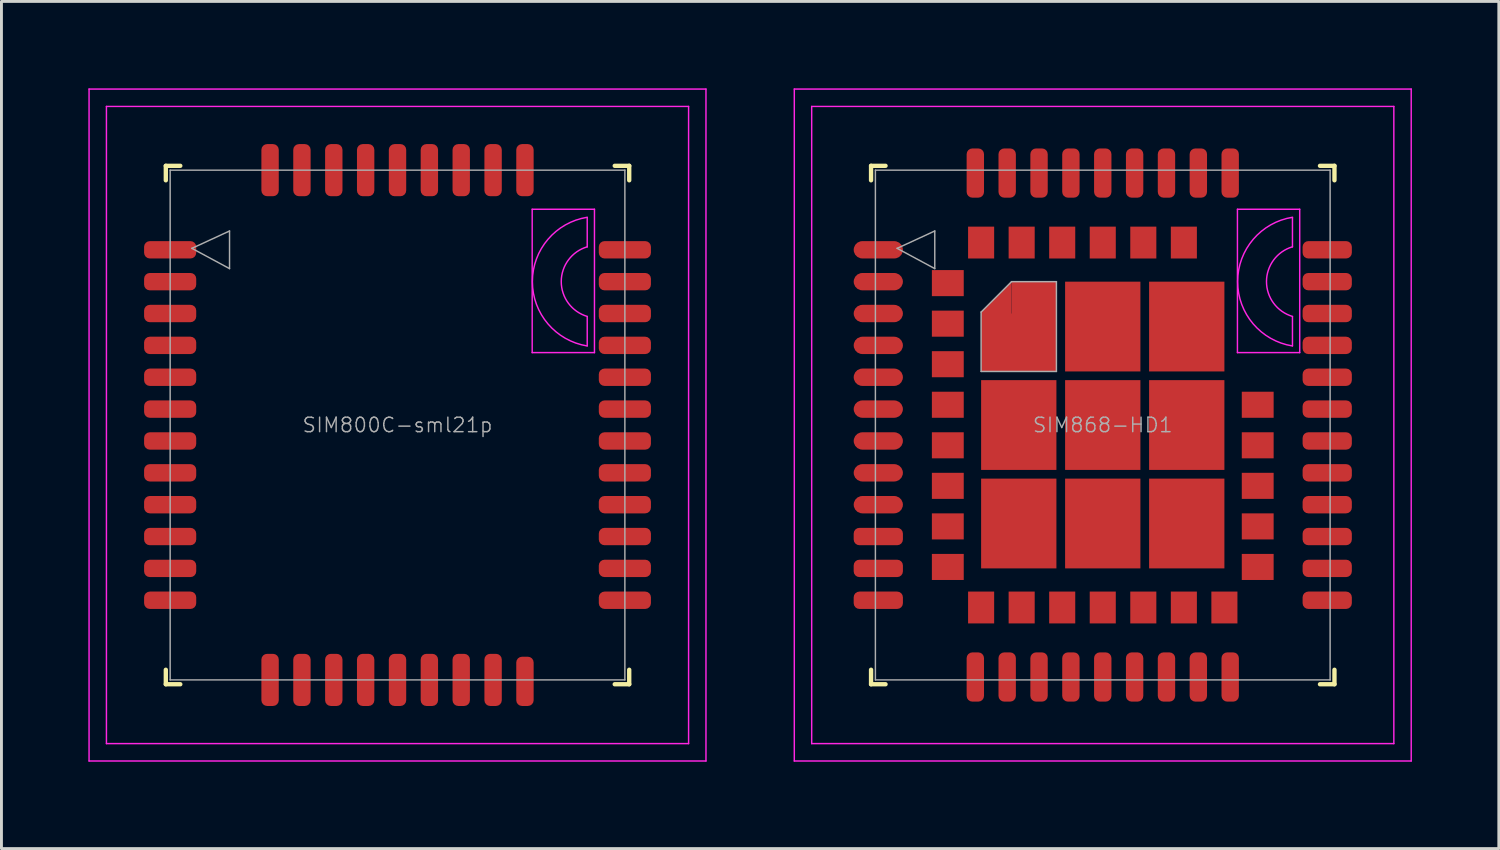
<source format=kicad_pcb>
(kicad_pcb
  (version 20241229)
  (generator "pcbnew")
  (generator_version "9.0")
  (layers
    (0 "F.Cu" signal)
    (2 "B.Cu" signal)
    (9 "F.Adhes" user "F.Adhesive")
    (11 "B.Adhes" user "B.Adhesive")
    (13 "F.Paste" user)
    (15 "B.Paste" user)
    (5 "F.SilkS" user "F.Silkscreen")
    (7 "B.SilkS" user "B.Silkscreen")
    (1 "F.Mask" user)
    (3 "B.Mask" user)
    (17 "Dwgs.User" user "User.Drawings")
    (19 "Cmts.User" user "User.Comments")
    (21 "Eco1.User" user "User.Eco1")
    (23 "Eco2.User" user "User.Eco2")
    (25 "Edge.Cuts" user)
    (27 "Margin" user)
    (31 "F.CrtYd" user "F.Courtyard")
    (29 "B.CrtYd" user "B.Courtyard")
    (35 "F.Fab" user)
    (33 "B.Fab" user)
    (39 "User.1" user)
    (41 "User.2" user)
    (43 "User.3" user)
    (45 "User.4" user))
  (footprint "SIM868-HD1"
    (layer "F.Cu")
    (at 35.025 11.625)
    (property "Reference" "SIM868-HD1" (at 0 0 0) (layer "F.Fab") (effects (font (size 0.5 0.5) (thickness 0.05))))
    (attr smd)
    (fp_line (start -8 -8.95) (end -8 -8.45) (stroke (width 0.15) (type solid)) (layer "F.SilkS"))
    (fp_line (start -8 -8.95) (end -7.5 -8.95) (stroke (width 0.15) (type solid)) (layer "F.SilkS"))
    (fp_line (start -8 8.95) (end -8 8.45) (stroke (width 0.15) (type solid)) (layer "F.SilkS"))
    (fp_line (start -8 8.95) (end -7.5 8.95) (stroke (width 0.15) (type solid)) (layer "F.SilkS"))
    (fp_line (start 8 -8.95) (end 7.5 -8.95) (stroke (width 0.15) (type solid)) (layer "F.SilkS"))
    (fp_line (start 8 -8.95) (end 8 -8.45) (stroke (width 0.15) (type solid)) (layer "F.SilkS"))
    (fp_line (start 8 8.95) (end 7.5 8.95) (stroke (width 0.15) (type solid)) (layer "F.SilkS"))
    (fp_line (start 8 8.95) (end 8 8.45) (stroke (width 0.15) (type solid)) (layer "F.SilkS"))
    (fp_line (start -10.65 -11.6) (end -10.65 11.6) (stroke (width 0.05) (type solid)) (layer "F.CrtYd"))
    (fp_line (start -10.65 -11.6) (end 10.65 -11.6) (stroke (width 0.05) (type solid)) (layer "F.CrtYd"))
    (fp_line (start -10.65 11.6) (end 10.65 11.6) (stroke (width 0.05) (type solid)) (layer "F.CrtYd"))
    (fp_line (start -10.05 -11) (end -10.05 11) (stroke (width 0.05) (type solid)) (layer "F.CrtYd"))
    (fp_line (start -10.05 -11) (end 10.05 -11) (stroke (width 0.05) (type solid)) (layer "F.CrtYd"))
    (fp_line (start -10.05 11) (end 10.05 11) (stroke (width 0.05) (type solid)) (layer "F.CrtYd"))
    (fp_line (start 4.65 -2.5) (end 4.65 -7.45) (stroke (width 0.05) (type solid)) (layer "F.CrtYd"))
    (fp_line (start 6.55 -6.15) (end 6.55 -7.16) (stroke (width 0.05) (type solid)) (layer "F.CrtYd"))
    (fp_line (start 6.55 -2.735) (end 6.55 -3.745) (stroke (width 0.05) (type solid)) (layer "F.CrtYd"))
    (fp_line (start 6.8 -7.45) (end 4.65 -7.45) (stroke (width 0.05) (type solid)) (layer "F.CrtYd"))
    (fp_line (start 6.8 -2.5) (end 4.65 -2.5) (stroke (width 0.05) (type solid)) (layer "F.CrtYd"))
    (fp_line (start 6.8 -2.5) (end 6.8 -7.45) (stroke (width 0.05) (type solid)) (layer "F.CrtYd"))
    (fp_line (start 10.05 -11) (end 10.05 11) (stroke (width 0.05) (type solid)) (layer "F.CrtYd"))
    (fp_line (start 10.65 -11.6) (end 10.65 11.6) (stroke (width 0.05) (type solid)) (layer "F.CrtYd"))
    (fp_arc (start 6.55 -3.75) (mid 5.653285 -4.951685) (end 6.549755 -6.153553) (stroke (width 0.05) (type solid)) (layer "F.CrtYd"))
    (fp_arc (start 6.55 -2.73) (mid 4.65669 -4.952923) (end 6.552192 -7.173977) (stroke (width 0.05) (type solid)) (layer "F.CrtYd"))
    (fp_line (start -7.85 -8.8) (end 7.85 -8.8) (stroke (width 0.05) (type solid)) (layer "F.Fab"))
    (fp_line (start -7.85 8.8) (end -7.85 -8.8) (stroke (width 0.05) (type solid)) (layer "F.Fab"))
    (fp_line (start -7.85 8.8) (end 7.85 8.8) (stroke (width 0.05) (type solid)) (layer "F.Fab"))
    (fp_line (start -7.1 -6.1) (end -5.8 -6.7) (stroke (width 0.05) (type solid)) (layer "F.Fab"))
    (fp_line (start -5.8 -6.7) (end -5.8 -5.4) (stroke (width 0.05) (type solid)) (layer "F.Fab"))
    (fp_line (start -5.8 -5.4) (end -7.1 -6.1) (stroke (width 0.05) (type solid)) (layer "F.Fab"))
    (fp_line (start -4.2 -3.9) (end -4.2 -1.85) (stroke (width 0.05) (type solid)) (layer "F.Fab"))
    (fp_line (start -4.2 -1.85) (end -1.6 -1.85) (stroke (width 0.05) (type solid)) (layer "F.Fab"))
    (fp_line (start -3.15 -4.95) (end -4.2 -3.9) (stroke (width 0.05) (type solid)) (layer "F.Fab"))
    (fp_line (start -1.6 -4.95) (end -3.15 -4.95) (stroke (width 0.05) (type solid)) (layer "F.Fab"))
    (fp_line (start -1.6 -1.85) (end -1.6 -4.95) (stroke (width 0.05) (type solid)) (layer "F.Fab"))
    (fp_line (start 7.85 -8.8) (end 7.85 8.8) (stroke (width 0.05) (type solid)) (layer "F.Fab"))
    (pad "1" smd roundrect (at -7.75 -6.05) (size 1.7 0.6) (layers "F.Cu" "F.Mask" "F.Paste") (roundrect_rratio 0.5))
    (pad "2" smd roundrect (at -7.75 -4.95) (size 1.7 0.6) (layers "F.Cu" "F.Mask" "F.Paste") (roundrect_rratio 0.5))
    (pad "3" smd roundrect (at -7.75 -3.85) (size 1.7 0.6) (layers "F.Cu" "F.Mask" "F.Paste") (roundrect_rratio 0.5))
    (pad "4" smd roundrect (at -7.75 -2.75) (size 1.7 0.6) (layers "F.Cu" "F.Mask" "F.Paste") (roundrect_rratio 0.5))
    (pad "5" smd roundrect (at -7.75 -1.65) (size 1.7 0.6) (layers "F.Cu" "F.Mask" "F.Paste") (roundrect_rratio 0.5))
    (pad "6" smd roundrect (at -7.75 -0.55) (size 1.7 0.6) (layers "F.Cu" "F.Mask" "F.Paste") (roundrect_rratio 0.5))
    (pad "7" smd roundrect (at -7.75 0.55) (size 1.7 0.6) (layers "F.Cu" "F.Mask" "F.Paste") (roundrect_rratio 0.5))
    (pad "8" smd roundrect (at -7.75 1.65) (size 1.7 0.6) (layers "F.Cu" "F.Mask" "F.Paste") (roundrect_rratio 0.5))
    (pad "9" smd roundrect (at -7.75 2.75) (size 1.7 0.6) (layers "F.Cu" "F.Mask" "F.Paste") (roundrect_rratio 0.5))
    (pad "10" smd roundrect (at -7.75 3.85) (size 1.7 0.6) (layers "F.Cu" "F.Mask" "F.Paste") (roundrect_rratio 0.33))
    (pad "11" smd roundrect (at -7.75 4.95) (size 1.7 0.6) (layers "F.Cu" "F.Mask" "F.Paste") (roundrect_rratio 0.33))
    (pad "12" smd roundrect (at -7.75 6.05) (size 1.7 0.6) (layers "F.Cu" "F.Mask" "F.Paste") (roundrect_rratio 0.33))
    (pad "13" smd roundrect (at -4.4 8.7 90) (size 1.7 0.6) (layers "F.Cu" "F.Mask" "F.Paste") (roundrect_rratio 0.33))
    (pad "14" smd roundrect (at -3.3 8.7 90) (size 1.7 0.6) (layers "F.Cu" "F.Mask" "F.Paste") (roundrect_rratio 0.33))
    (pad "15" smd roundrect (at -2.2 8.7 90) (size 1.7 0.6) (layers "F.Cu" "F.Mask" "F.Paste") (roundrect_rratio 0.33))
    (pad "16" smd roundrect (at -1.1 8.7 90) (size 1.7 0.6) (layers "F.Cu" "F.Mask" "F.Paste") (roundrect_rratio 0.33))
    (pad "17" smd roundrect (at 0 8.7 90) (size 1.7 0.6) (layers "F.Cu" "F.Mask" "F.Paste") (roundrect_rratio 0.33))
    (pad "18" smd roundrect (at 1.1 8.7 90) (size 1.7 0.6) (layers "F.Cu" "F.Mask" "F.Paste") (roundrect_rratio 0.33))
    (pad "19" smd roundrect (at 2.2 8.7 90) (size 1.7 0.6) (layers "F.Cu" "F.Mask" "F.Paste") (roundrect_rratio 0.33))
    (pad "20" smd roundrect (at 3.3 8.7 90) (size 1.7 0.6) (layers "F.Cu" "F.Mask" "F.Paste") (roundrect_rratio 0.33))
    (pad "21" smd roundrect (at 4.4 8.7 90) (size 1.7 0.6) (layers "F.Cu" "F.Mask" "F.Paste") (roundrect_rratio 0.33))
    (pad "22" smd roundrect (at 7.75 6.05) (size 1.7 0.6) (layers "F.Cu" "F.Mask" "F.Paste") (roundrect_rratio 0.33))
    (pad "23" smd roundrect (at 7.75 4.95) (size 1.7 0.6) (layers "F.Cu" "F.Mask" "F.Paste") (roundrect_rratio 0.33))
    (pad "24" smd roundrect (at 7.75 3.85) (size 1.7 0.6) (layers "F.Cu" "F.Mask" "F.Paste") (roundrect_rratio 0.33))
    (pad "25" smd roundrect (at 7.75 2.75) (size 1.7 0.6) (layers "F.Cu" "F.Mask" "F.Paste") (roundrect_rratio 0.33))
    (pad "26" smd roundrect (at 7.75 1.65) (size 1.7 0.6) (layers "F.Cu" "F.Mask" "F.Paste") (roundrect_rratio 0.33))
    (pad "27" smd roundrect (at 7.75 0.55) (size 1.7 0.6) (layers "F.Cu" "F.Mask" "F.Paste") (roundrect_rratio 0.33))
    (pad "28" smd roundrect (at 7.75 -0.55) (size 1.7 0.6) (layers "F.Cu" "F.Mask" "F.Paste") (roundrect_rratio 0.33))
    (pad "29" smd roundrect (at 7.75 -1.65) (size 1.7 0.6) (layers "F.Cu" "F.Mask" "F.Paste") (roundrect_rratio 0.33))
    (pad "30" smd roundrect (at 7.75 -2.75) (size 1.7 0.6) (layers "F.Cu" "F.Mask" "F.Paste") (roundrect_rratio 0.33))
    (pad "31" smd roundrect (at 7.75 -3.85) (size 1.7 0.6) (layers "F.Cu" "F.Mask" "F.Paste") (roundrect_rratio 0.33))
    (pad "32" smd roundrect (at 7.75 -4.95) (size 1.7 0.6) (layers "F.Cu" "F.Mask" "F.Paste") (roundrect_rratio 0.33))
    (pad "33" smd roundrect (at 7.75 -6.05) (size 1.7 0.6) (layers "F.Cu" "F.Mask" "F.Paste") (roundrect_rratio 0.33))
    (pad "34" smd roundrect (at 4.4 -8.7 90) (size 1.7 0.6) (layers "F.Cu" "F.Mask" "F.Paste") (roundrect_rratio 0.33))
    (pad "35" smd roundrect (at 3.3 -8.7 90) (size 1.7 0.6) (layers "F.Cu" "F.Mask" "F.Paste") (roundrect_rratio 0.33))
    (pad "36" smd roundrect (at 2.2 -8.7 90) (size 1.7 0.6) (layers "F.Cu" "F.Mask" "F.Paste") (roundrect_rratio 0.33))
    (pad "37" smd roundrect (at 1.1 -8.7 90) (size 1.7 0.6) (layers "F.Cu" "F.Mask" "F.Paste") (roundrect_rratio 0.33))
    (pad "38" smd roundrect (at 0 -8.7 90) (size 1.7 0.6) (layers "F.Cu" "F.Mask" "F.Paste") (roundrect_rratio 0.33))
    (pad "39" smd roundrect (at -1.1 -8.7 90) (size 1.7 0.6) (layers "F.Cu" "F.Mask" "F.Paste") (roundrect_rratio 0.33))
    (pad "40" smd roundrect (at -2.2 -8.7 90) (size 1.7 0.6) (layers "F.Cu" "F.Mask" "F.Paste") (roundrect_rratio 0.33))
    (pad "41" smd roundrect (at -3.3 -8.7 90) (size 1.7 0.6) (layers "F.Cu" "F.Mask" "F.Paste") (roundrect_rratio 0.33))
    (pad "42" smd roundrect (at -4.4 -8.7 90) (size 1.7 0.6) (layers "F.Cu" "F.Mask" "F.Paste") (roundrect_rratio 0.33))
    (pad "43" smd rect (at -5.35 -4.9 90) (size 0.9 1.1) (layers "F.Cu" "F.Mask" "F.Paste"))
    (pad "44" smd rect (at -5.35 -3.5 90) (size 0.9 1.1) (layers "F.Cu" "F.Mask" "F.Paste"))
    (pad "45" smd rect (at -5.35 -2.1 90) (size 0.9 1.1) (layers "F.Cu" "F.Mask" "F.Paste"))
    (pad "46" smd rect (at -5.35 -0.7 90) (size 0.9 1.1) (layers "F.Cu" "F.Mask" "F.Paste"))
    (pad "47" smd rect (at -5.35 0.7 90) (size 0.9 1.1) (layers "F.Cu" "F.Mask" "F.Paste"))
    (pad "48" smd rect (at -5.35 2.1 90) (size 0.9 1.1) (layers "F.Cu" "F.Mask" "F.Paste"))
    (pad "49" smd rect (at -5.35 3.5 90) (size 0.9 1.1) (layers "F.Cu" "F.Mask" "F.Paste"))
    (pad "50" smd rect (at -5.35 4.9 90) (size 0.9 1.1) (layers "F.Cu" "F.Mask" "F.Paste"))
    (pad "51" smd rect (at -4.2 6.3) (size 0.9 1.1) (layers "F.Cu" "F.Mask" "F.Paste"))
    (pad "52" smd rect (at -2.8 6.3) (size 0.9 1.1) (layers "F.Cu" "F.Mask" "F.Paste"))
    (pad "53" smd rect (at -1.4 6.3) (size 0.9 1.1) (layers "F.Cu" "F.Mask" "F.Paste"))
    (pad "54" smd rect (at 0 6.3) (size 0.9 1.1) (layers "F.Cu" "F.Mask" "F.Paste"))
    (pad "55" smd rect (at 1.4 6.3) (size 0.9 1.1) (layers "F.Cu" "F.Mask" "F.Paste"))
    (pad "56" smd rect (at 2.8 6.3) (size 0.9 1.1) (layers "F.Cu" "F.Mask" "F.Paste"))
    (pad "57" smd rect (at 4.2 6.3) (size 0.9 1.1) (layers "F.Cu" "F.Mask" "F.Paste"))
    (pad "58" smd rect (at 5.35 4.9 90) (size 0.9 1.1) (layers "F.Cu" "F.Mask" "F.Paste"))
    (pad "59" smd rect (at 5.35 3.5 90) (size 0.9 1.1) (layers "F.Cu" "F.Mask" "F.Paste"))
    (pad "60" smd rect (at 5.35 2.1 90) (size 0.9 1.1) (layers "F.Cu" "F.Mask" "F.Paste"))
    (pad "61" smd rect (at 5.35 0.7 90) (size 0.9 1.1) (layers "F.Cu" "F.Mask" "F.Paste"))
    (pad "62" smd rect (at 5.35 -0.7 90) (size 0.9 1.1) (layers "F.Cu" "F.Mask" "F.Paste"))
    (pad "63" smd rect (at 2.8 -6.3) (size 0.9 1.1) (layers "F.Cu" "F.Mask" "F.Paste"))
    (pad "64" smd rect (at 1.4 -6.3) (size 0.9 1.1) (layers "F.Cu" "F.Mask" "F.Paste"))
    (pad "65" smd rect (at 0 -6.3) (size 0.9 1.1) (layers "F.Cu" "F.Mask" "F.Paste"))
    (pad "66" smd rect (at -1.4 -6.3) (size 0.9 1.1) (layers "F.Cu" "F.Mask" "F.Paste"))
    (pad "67" smd rect (at -2.8 -6.3) (size 0.9 1.1) (layers "F.Cu" "F.Mask" "F.Paste"))
    (pad "68" smd rect (at -4.2 -6.3) (size 0.9 1.1) (layers "F.Cu" "F.Mask" "F.Paste"))
    (pad "69" smd trapezoid (at -3.675 -3.4) (size 1.05 2.05) (rect_delta -1.05 0) (layers "F.Cu" "F.Mask" "F.Paste"))
    (pad "69" smd rect (at -2.9 -2.85) (size 2.6 2) (layers "F.Cu" "F.Mask" "F.Paste"))
    (pad "69" smd rect (at -2.375 -3.95) (size 1.55 2) (layers "F.Cu" "F.Mask" "F.Paste"))
    (pad "70" smd rect (at -2.9 0) (size 2.6 3.1) (layers "F.Cu" "F.Mask" "F.Paste"))
    (pad "71" smd rect (at -2.9 3.4) (size 2.6 3.1) (layers "F.Cu" "F.Mask" "F.Paste"))
    (pad "72" smd rect (at 0 3.4) (size 2.6 3.1) (layers "F.Cu" "F.Mask" "F.Paste"))
    (pad "73" smd rect (at 2.9 3.4) (size 2.6 3.1) (layers "F.Cu" "F.Mask" "F.Paste"))
    (pad "74" smd rect (at 2.9 0) (size 2.6 3.1) (layers "F.Cu" "F.Mask" "F.Paste"))
    (pad "75" smd rect (at 2.9 -3.4) (size 2.6 3.1) (layers "F.Cu" "F.Mask" "F.Paste"))
    (pad "76" smd rect (at 0 -3.4) (size 2.6 3.1) (layers "F.Cu" "F.Mask" "F.Paste"))
    (pad "77" smd rect (at 0 0) (size 2.6 3.1) (layers "F.Cu" "F.Mask" "F.Paste")))
  (footprint "SIM800C-sml21p"
    (layer "F.Cu")
    (at 10.675 11.625)
    (property "Reference" "SIM800C-sml21p" (at 0 0 0) (layer "F.Fab") (effects (font (size 0.5 0.5) (thickness 0.05))))
    (attr smd)
    (fp_line (start -8 -8.95) (end -8 -8.45) (stroke (width 0.15) (type solid)) (layer "F.SilkS"))
    (fp_line (start -8 -8.95) (end -7.5 -8.95) (stroke (width 0.15) (type solid)) (layer "F.SilkS"))
    (fp_line (start -8 8.95) (end -8 8.45) (stroke (width 0.15) (type solid)) (layer "F.SilkS"))
    (fp_line (start -8 8.95) (end -7.5 8.95) (stroke (width 0.15) (type solid)) (layer "F.SilkS"))
    (fp_line (start 8 -8.95) (end 7.5 -8.95) (stroke (width 0.15) (type solid)) (layer "F.SilkS"))
    (fp_line (start 8 -8.95) (end 8 -8.45) (stroke (width 0.15) (type solid)) (layer "F.SilkS"))
    (fp_line (start 8 8.95) (end 7.5 8.95) (stroke (width 0.15) (type solid)) (layer "F.SilkS"))
    (fp_line (start 8 8.95) (end 8 8.45) (stroke (width 0.15) (type solid)) (layer "F.SilkS"))
    (fp_line (start -10.65 -11.6) (end -10.65 11.6) (stroke (width 0.05) (type solid)) (layer "F.CrtYd"))
    (fp_line (start -10.65 -11.6) (end 10.65 -11.6) (stroke (width 0.05) (type solid)) (layer "F.CrtYd"))
    (fp_line (start -10.65 11.6) (end 10.65 11.6) (stroke (width 0.05) (type solid)) (layer "F.CrtYd"))
    (fp_line (start -10.05 -11) (end -10.05 11) (stroke (width 0.05) (type solid)) (layer "F.CrtYd"))
    (fp_line (start -10.05 -11) (end 10.05 -11) (stroke (width 0.05) (type solid)) (layer "F.CrtYd"))
    (fp_line (start -10.05 11) (end 10.05 11) (stroke (width 0.05) (type solid)) (layer "F.CrtYd"))
    (fp_line (start 4.65 -2.5) (end 4.65 -7.45) (stroke (width 0.05) (type solid)) (layer "F.CrtYd"))
    (fp_line (start 6.55 -6.15) (end 6.55 -7.16) (stroke (width 0.05) (type solid)) (layer "F.CrtYd"))
    (fp_line (start 6.55 -2.735) (end 6.55 -3.745) (stroke (width 0.05) (type solid)) (layer "F.CrtYd"))
    (fp_line (start 6.8 -7.45) (end 4.65 -7.45) (stroke (width 0.05) (type solid)) (layer "F.CrtYd"))
    (fp_line (start 6.8 -2.5) (end 4.65 -2.5) (stroke (width 0.05) (type solid)) (layer "F.CrtYd"))
    (fp_line (start 6.8 -2.5) (end 6.8 -7.45) (stroke (width 0.05) (type solid)) (layer "F.CrtYd"))
    (fp_line (start 10.05 -11) (end 10.05 11) (stroke (width 0.05) (type solid)) (layer "F.CrtYd"))
    (fp_line (start 10.65 -11.6) (end 10.65 11.6) (stroke (width 0.05) (type solid)) (layer "F.CrtYd"))
    (fp_arc (start 6.55 -3.75) (mid 5.653285 -4.951685) (end 6.549755 -6.153553) (stroke (width 0.05) (type solid)) (layer "F.CrtYd"))
    (fp_arc (start 6.55 -2.73) (mid 4.65669 -4.952923) (end 6.552192 -7.173977) (stroke (width 0.05) (type solid)) (layer "F.CrtYd"))
    (fp_line (start -7.85 -8.8) (end 7.85 -8.8) (stroke (width 0.05) (type solid)) (layer "F.Fab"))
    (fp_line (start -7.85 8.8) (end -7.85 -8.8) (stroke (width 0.05) (type solid)) (layer "F.Fab"))
    (fp_line (start -7.85 8.8) (end 7.85 8.8) (stroke (width 0.05) (type solid)) (layer "F.Fab"))
    (fp_line (start -7.1 -6.1) (end -5.8 -6.7) (stroke (width 0.05) (type solid)) (layer "F.Fab"))
    (fp_line (start -5.8 -6.7) (end -5.8 -5.4) (stroke (width 0.05) (type solid)) (layer "F.Fab"))
    (fp_line (start -5.8 -5.4) (end -7.1 -6.1) (stroke (width 0.05) (type solid)) (layer "F.Fab"))
    (fp_line (start 7.85 -8.8) (end 7.85 8.8) (stroke (width 0.05) (type solid)) (layer "F.Fab"))
    (pad "1" smd roundrect (at -7.85 -6.05) (size 1.8 0.6) (layers "F.Cu" "F.Mask" "F.Paste") (roundrect_rratio 0.33))
    (pad "2" smd roundrect (at -7.85 -4.95) (size 1.8 0.6) (layers "F.Cu" "F.Mask" "F.Paste") (roundrect_rratio 0.33))
    (pad "3" smd roundrect (at -7.85 -3.85) (size 1.8 0.6) (layers "F.Cu" "F.Mask" "F.Paste") (roundrect_rratio 0.33))
    (pad "4" smd roundrect (at -7.85 -2.75) (size 1.8 0.6) (layers "F.Cu" "F.Mask" "F.Paste") (roundrect_rratio 0.33))
    (pad "5" smd roundrect (at -7.85 -1.65) (size 1.8 0.6) (layers "F.Cu" "F.Mask" "F.Paste") (roundrect_rratio 0.33))
    (pad "6" smd roundrect (at -7.85 -0.55) (size 1.8 0.6) (layers "F.Cu" "F.Mask" "F.Paste") (roundrect_rratio 0.33))
    (pad "7" smd roundrect (at -7.85 0.55) (size 1.8 0.6) (layers "F.Cu" "F.Mask" "F.Paste") (roundrect_rratio 0.33))
    (pad "8" smd roundrect (at -7.85 1.65) (size 1.8 0.6) (layers "F.Cu" "F.Mask" "F.Paste") (roundrect_rratio 0.33))
    (pad "9" smd roundrect (at -7.85 2.75) (size 1.8 0.6) (layers "F.Cu" "F.Mask" "F.Paste") (roundrect_rratio 0.33))
    (pad "10" smd roundrect (at -7.85 3.85) (size 1.8 0.6) (layers "F.Cu" "F.Mask" "F.Paste") (roundrect_rratio 0.33))
    (pad "11" smd roundrect (at -7.85 4.95) (size 1.8 0.6) (layers "F.Cu" "F.Mask" "F.Paste") (roundrect_rratio 0.33))
    (pad "12" smd roundrect (at -7.85 6.05) (size 1.8 0.6) (layers "F.Cu" "F.Mask" "F.Paste") (roundrect_rratio 0.33))
    (pad "13" smd roundrect (at -4.4 8.8 90) (size 1.8 0.6) (layers "F.Cu" "F.Mask" "F.Paste") (roundrect_rratio 0.33))
    (pad "14" smd roundrect (at -3.3 8.8 90) (size 1.8 0.6) (layers "F.Cu" "F.Mask" "F.Paste") (roundrect_rratio 0.33))
    (pad "15" smd roundrect (at -2.2 8.8 90) (size 1.8 0.6) (layers "F.Cu" "F.Mask" "F.Paste") (roundrect_rratio 0.33))
    (pad "16" smd roundrect (at -1.1 8.8 90) (size 1.8 0.6) (layers "F.Cu" "F.Mask" "F.Paste") (roundrect_rratio 0.33))
    (pad "17" smd roundrect (at 0 8.8 90) (size 1.8 0.6) (layers "F.Cu" "F.Mask" "F.Paste") (roundrect_rratio 0.33))
    (pad "18" smd roundrect (at 1.1 8.8 90) (size 1.8 0.6) (layers "F.Cu" "F.Mask" "F.Paste") (roundrect_rratio 0.33))
    (pad "19" smd roundrect (at 2.2 8.8 90) (size 1.8 0.6) (layers "F.Cu" "F.Mask" "F.Paste") (roundrect_rratio 0.33))
    (pad "20" smd roundrect (at 3.3 8.8 90) (size 1.8 0.6) (layers "F.Cu" "F.Mask" "F.Paste") (roundrect_rratio 0.33))
    (pad "21" smd roundrect (at 4.4 8.85 90) (size 1.7 0.6) (layers "F.Cu" "F.Mask" "F.Paste") (roundrect_rratio 0.33))
    (pad "22" smd roundrect (at 7.85 6.05) (size 1.8 0.6) (layers "F.Cu" "F.Mask" "F.Paste") (roundrect_rratio 0.33))
    (pad "23" smd roundrect (at 7.85 4.95) (size 1.8 0.6) (layers "F.Cu" "F.Mask" "F.Paste") (roundrect_rratio 0.33))
    (pad "24" smd roundrect (at 7.85 3.85) (size 1.8 0.6) (layers "F.Cu" "F.Mask" "F.Paste") (roundrect_rratio 0.33))
    (pad "25" smd roundrect (at 7.85 2.75) (size 1.8 0.6) (layers "F.Cu" "F.Mask" "F.Paste") (roundrect_rratio 0.33))
    (pad "26" smd roundrect (at 7.85 1.65) (size 1.8 0.6) (layers "F.Cu" "F.Mask" "F.Paste") (roundrect_rratio 0.33))
    (pad "27" smd roundrect (at 7.85 0.55) (size 1.8 0.6) (layers "F.Cu" "F.Mask" "F.Paste") (roundrect_rratio 0.33))
    (pad "28" smd roundrect (at 7.85 -0.55) (size 1.8 0.6) (layers "F.Cu" "F.Mask" "F.Paste") (roundrect_rratio 0.33))
    (pad "29" smd roundrect (at 7.85 -1.65) (size 1.8 0.6) (layers "F.Cu" "F.Mask" "F.Paste") (roundrect_rratio 0.33))
    (pad "30" smd roundrect (at 7.85 -2.75) (size 1.8 0.6) (layers "F.Cu" "F.Mask" "F.Paste") (roundrect_rratio 0.33))
    (pad "31" smd roundrect (at 7.85 -3.85) (size 1.8 0.6) (layers "F.Cu" "F.Mask" "F.Paste") (roundrect_rratio 0.33))
    (pad "32" smd roundrect (at 7.85 -4.95) (size 1.8 0.6) (layers "F.Cu" "F.Mask" "F.Paste") (roundrect_rratio 0.33))
    (pad "33" smd roundrect (at 7.85 -6.05) (size 1.8 0.6) (layers "F.Cu" "F.Mask" "F.Paste") (roundrect_rratio 0.33))
    (pad "34" smd roundrect (at 4.4 -8.8 90) (size 1.8 0.6) (layers "F.Cu" "F.Mask" "F.Paste") (roundrect_rratio 0.33))
    (pad "35" smd roundrect (at 3.3 -8.8 90) (size 1.8 0.6) (layers "F.Cu" "F.Mask" "F.Paste") (roundrect_rratio 0.33))
    (pad "36" smd roundrect (at 2.2 -8.8 90) (size 1.8 0.6) (layers "F.Cu" "F.Mask" "F.Paste") (roundrect_rratio 0.33))
    (pad "37" smd roundrect (at 1.1 -8.8 90) (size 1.8 0.6) (layers "F.Cu" "F.Mask" "F.Paste") (roundrect_rratio 0.33))
    (pad "38" smd roundrect (at 0 -8.8 90) (size 1.8 0.6) (layers "F.Cu" "F.Mask" "F.Paste") (roundrect_rratio 0.33))
    (pad "39" smd roundrect (at -1.1 -8.8 90) (size 1.8 0.6) (layers "F.Cu" "F.Mask" "F.Paste") (roundrect_rratio 0.33))
    (pad "40" smd roundrect (at -2.2 -8.8 90) (size 1.8 0.6) (layers "F.Cu" "F.Mask" "F.Paste") (roundrect_rratio 0.33))
    (pad "41" smd roundrect (at -3.3 -8.8 90) (size 1.8 0.6) (layers "F.Cu" "F.Mask" "F.Paste") (roundrect_rratio 0.33))
    (pad "42" smd roundrect (at -4.4 -8.8 90) (size 1.8 0.6) (layers "F.Cu" "F.Mask" "F.Paste") (roundrect_rratio 0.33)))
  (gr_rect
    (start -3 -3)
    (end 48.7 26.25)
    (stroke (width 0.1) (type default))
    (fill no)
    (layer "Edge.Cuts")))
</source>
